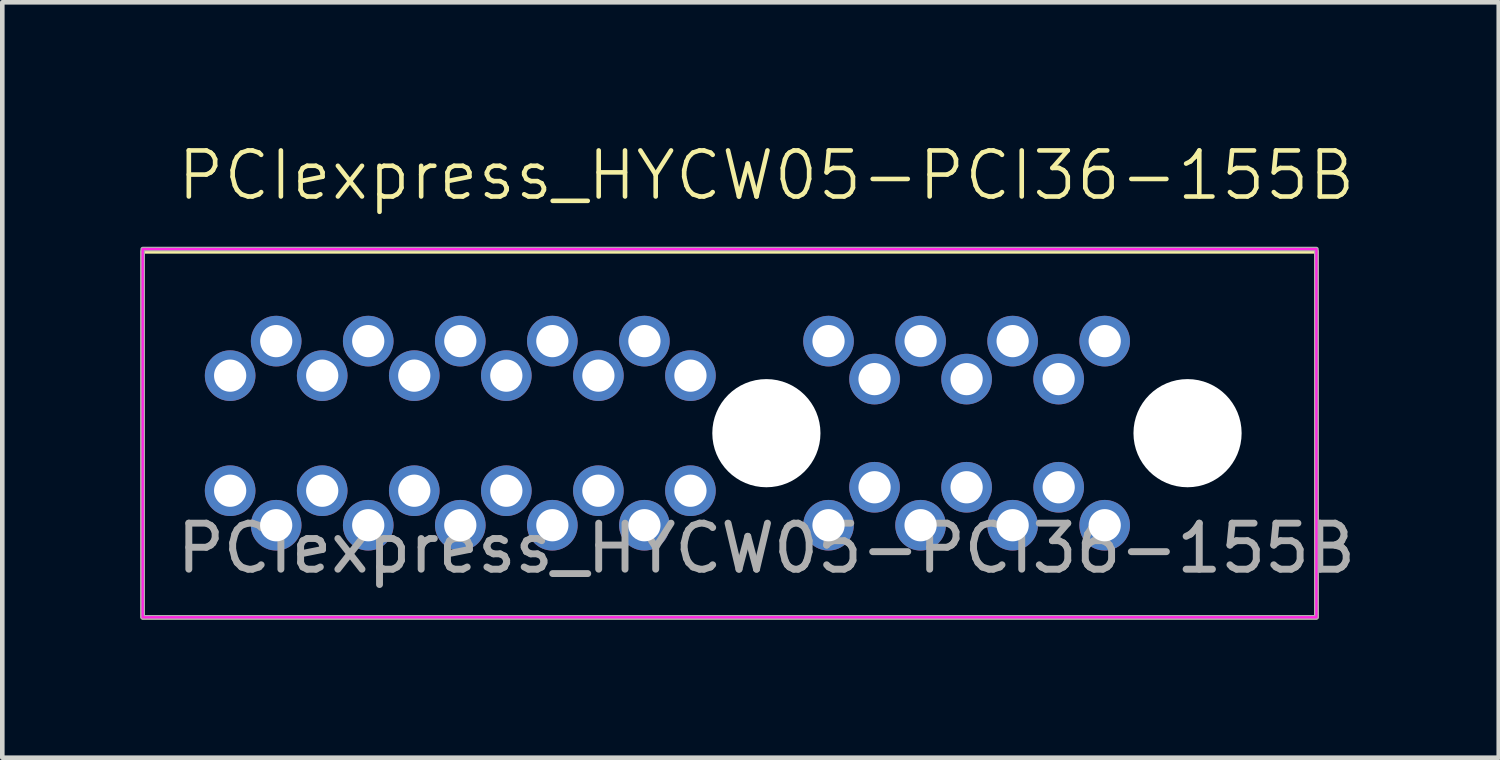
<source format=kicad_pcb>
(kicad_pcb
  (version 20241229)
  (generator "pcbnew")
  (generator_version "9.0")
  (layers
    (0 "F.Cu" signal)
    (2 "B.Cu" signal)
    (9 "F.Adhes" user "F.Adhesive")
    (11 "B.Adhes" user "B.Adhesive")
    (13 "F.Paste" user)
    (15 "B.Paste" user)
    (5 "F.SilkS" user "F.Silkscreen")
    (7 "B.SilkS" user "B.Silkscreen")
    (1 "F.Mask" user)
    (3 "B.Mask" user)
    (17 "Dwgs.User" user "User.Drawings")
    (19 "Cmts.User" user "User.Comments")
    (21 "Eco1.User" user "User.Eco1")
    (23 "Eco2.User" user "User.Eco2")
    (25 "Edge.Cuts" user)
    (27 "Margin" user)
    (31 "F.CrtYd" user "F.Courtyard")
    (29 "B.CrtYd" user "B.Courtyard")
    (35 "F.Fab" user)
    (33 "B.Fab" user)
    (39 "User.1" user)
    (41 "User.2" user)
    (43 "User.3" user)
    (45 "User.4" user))
  (footprint "PCIexpress_HYCW05-PCI36-155B"
    (layer "F.Cu")
    (at 13.6 6.361)
    (property "Reference" "PCIexpress_HYCW05-PCI36-155B" (at 0 -5.6 0) (unlocked yes) (layer "F.SilkS") (effects (font (size 1 1) (thickness 0.1))))
    (attr through_hole)
    (fp_rect (start -13.55 -3.95) (end 11.95 4) (stroke (width 0.1) (type default)) (fill no) (layer "F.SilkS"))
    (fp_rect (start -13.55 -4) (end 11.95 4) (stroke (width 0.05) (type solid)) (fill no) (layer "F.CrtYd"))
    (fp_rect (start -13.55 -4) (end 11.95 4) (stroke (width 0.1) (type default)) (fill no) (layer "F.Fab"))
    (fp_text user "${REFERENCE}" (at 0 2.5 0) (unlocked yes) (layer "F.Fab") (effects (font (size 1 1) (thickness 0.15))))
    (pad "" np_thru_hole circle (at 0 0) (size 2.35 2.35) (drill 2.35) (layers "*.Cu" "*.Mask"))
    (pad "" np_thru_hole circle (at 9.15 0) (size 2.35 2.35) (drill 2.35) (layers "*.Cu" "*.Mask"))
    (pad "A1" thru_hole circle (at -11.65 -1.25) (size 1.1 1.1) (drill 0.7) (layers "*.Cu" "*.Mask"))
    (pad "A2" thru_hole circle (at -10.65 -2) (size 1.1 1.1) (drill 0.7) (layers "*.Cu" "*.Mask"))
    (pad "A3" thru_hole circle (at -9.65 -1.25) (size 1.1 1.1) (drill 0.7) (layers "*.Cu" "*.Mask"))
    (pad "A4" thru_hole circle (at -8.65 -2) (size 1.1 1.1) (drill 0.7) (layers "*.Cu" "*.Mask"))
    (pad "A5" thru_hole circle (at -7.65 -1.25) (size 1.1 1.1) (drill 0.7) (layers "*.Cu" "*.Mask"))
    (pad "A6" thru_hole circle (at -6.65 -2) (size 1.1 1.1) (drill 0.7) (layers "*.Cu" "*.Mask"))
    (pad "A7" thru_hole circle (at -5.65 -1.25) (size 1.1 1.1) (drill 0.7) (layers "*.Cu" "*.Mask"))
    (pad "A8" thru_hole circle (at -4.65 -2) (size 1.1 1.1) (drill 0.7) (layers "*.Cu" "*.Mask"))
    (pad "A9" thru_hole circle (at -3.65 -1.25) (size 1.1 1.1) (drill 0.7) (layers "*.Cu" "*.Mask"))
    (pad "A10" thru_hole circle (at -2.65 -2) (size 1.1 1.1) (drill 0.7) (layers "*.Cu" "*.Mask"))
    (pad "A11" thru_hole circle (at -1.65 -1.25) (size 1.1 1.1) (drill 0.7) (layers "*.Cu" "*.Mask"))
    (pad "A12" thru_hole circle (at 1.35 -2) (size 1.1 1.1) (drill 0.7) (layers "*.Cu" "*.Mask"))
    (pad "A13" thru_hole circle (at 2.35 -1.175) (size 1.1 1.1) (drill 0.7) (layers "*.Cu" "*.Mask"))
    (pad "A14" thru_hole circle (at 3.35 -2) (size 1.1 1.1) (drill 0.7) (layers "*.Cu" "*.Mask"))
    (pad "A15" thru_hole circle (at 4.35 -1.175) (size 1.1 1.1) (drill 0.7) (layers "*.Cu" "*.Mask"))
    (pad "A16" thru_hole circle (at 5.35 -2) (size 1.1 1.1) (drill 0.7) (layers "*.Cu" "*.Mask"))
    (pad "A17" thru_hole circle (at 6.35 -1.175) (size 1.1 1.1) (drill 0.7) (layers "*.Cu" "*.Mask"))
    (pad "A18" thru_hole circle (at 7.35 -2) (size 1.1 1.1) (drill 0.7) (layers "*.Cu" "*.Mask"))
    (pad "B1" thru_hole circle (at -11.65 1.25 180) (size 1.1 1.1) (drill 0.7) (layers "*.Cu" "*.Mask"))
    (pad "B2" thru_hole circle (at -10.65 2 180) (size 1.1 1.1) (drill 0.7) (layers "*.Cu" "*.Mask"))
    (pad "B3" thru_hole circle (at -9.65 1.25 180) (size 1.1 1.1) (drill 0.7) (layers "*.Cu" "*.Mask"))
    (pad "B4" thru_hole circle (at -8.65 2 180) (size 1.1 1.1) (drill 0.7) (layers "*.Cu" "*.Mask"))
    (pad "B5" thru_hole circle (at -7.65 1.25 180) (size 1.1 1.1) (drill 0.7) (layers "*.Cu" "*.Mask"))
    (pad "B6" thru_hole circle (at -6.65 2 180) (size 1.1 1.1) (drill 0.7) (layers "*.Cu" "*.Mask"))
    (pad "B7" thru_hole circle (at -5.65 1.25 180) (size 1.1 1.1) (drill 0.7) (layers "*.Cu" "*.Mask"))
    (pad "B8" thru_hole circle (at -4.65 2 180) (size 1.1 1.1) (drill 0.7) (layers "*.Cu" "*.Mask"))
    (pad "B9" thru_hole circle (at -3.65 1.25 180) (size 1.1 1.1) (drill 0.7) (layers "*.Cu" "*.Mask"))
    (pad "B10" thru_hole circle (at -2.65 2 180) (size 1.1 1.1) (drill 0.7) (layers "*.Cu" "*.Mask"))
    (pad "B11" thru_hole circle (at -1.65 1.25 180) (size 1.1 1.1) (drill 0.7) (layers "*.Cu" "*.Mask"))
    (pad "B12" thru_hole circle (at 1.35 2 180) (size 1.1 1.1) (drill 0.7) (layers "*.Cu" "*.Mask"))
    (pad "B13" thru_hole circle (at 2.35 1.175 180) (size 1.1 1.1) (drill 0.7) (layers "*.Cu" "*.Mask"))
    (pad "B14" thru_hole circle (at 3.35 2 180) (size 1.1 1.1) (drill 0.7) (layers "*.Cu" "*.Mask"))
    (pad "B15" thru_hole circle (at 4.35 1.175 180) (size 1.1 1.1) (drill 0.7) (layers "*.Cu" "*.Mask"))
    (pad "B16" thru_hole circle (at 5.35 2 180) (size 1.1 1.1) (drill 0.7) (layers "*.Cu" "*.Mask"))
    (pad "B17" thru_hole circle (at 6.35 1.175 180) (size 1.1 1.1) (drill 0.7) (layers "*.Cu" "*.Mask"))
    (pad "B18" thru_hole circle (at 7.35 2 180) (size 1.1 1.1) (drill 0.7) (layers "*.Cu" "*.Mask")))
  (gr_rect
    (start -3 -3)
    (end 29.511 13.411)
    (stroke (width 0.1) (type default))
    (fill no)
    (layer "Edge.Cuts")))
</source>
